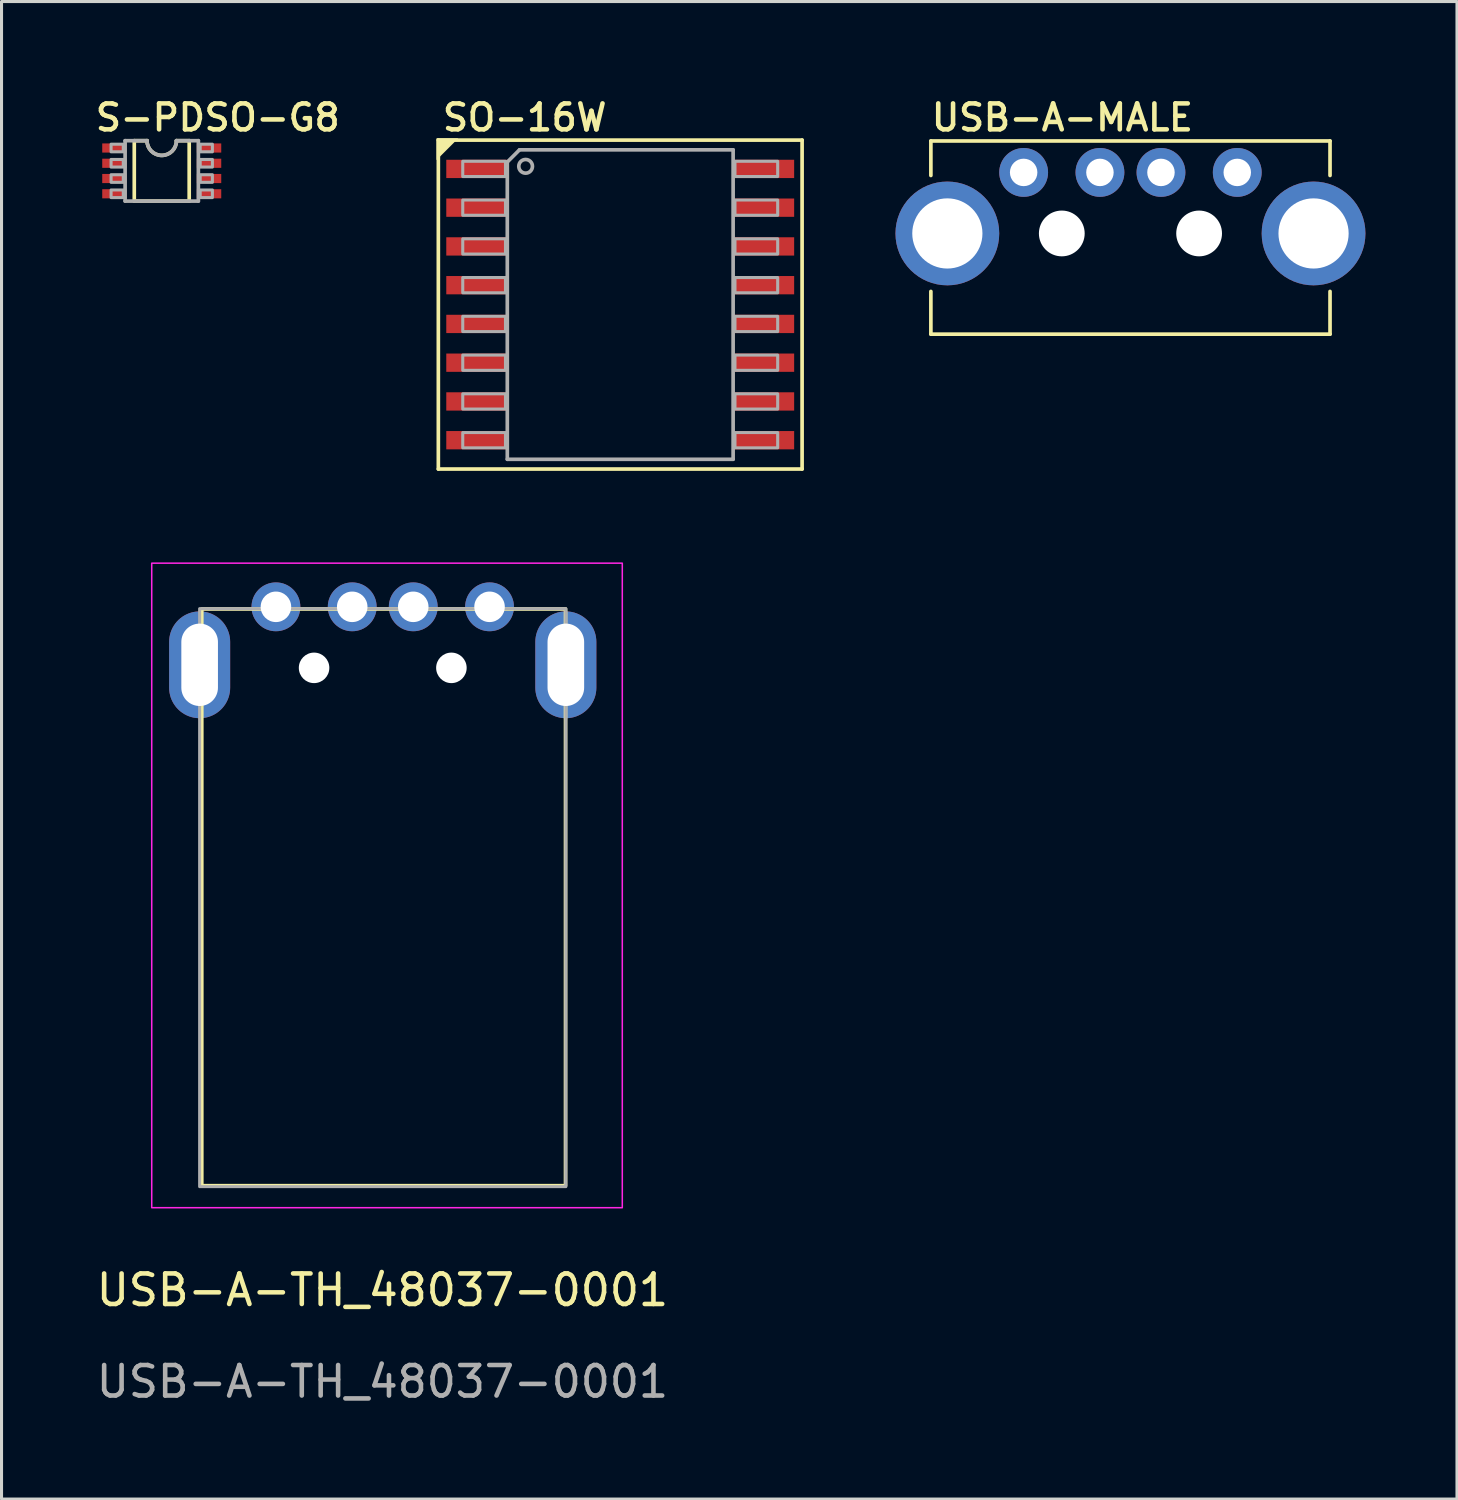
<source format=kicad_pcb>
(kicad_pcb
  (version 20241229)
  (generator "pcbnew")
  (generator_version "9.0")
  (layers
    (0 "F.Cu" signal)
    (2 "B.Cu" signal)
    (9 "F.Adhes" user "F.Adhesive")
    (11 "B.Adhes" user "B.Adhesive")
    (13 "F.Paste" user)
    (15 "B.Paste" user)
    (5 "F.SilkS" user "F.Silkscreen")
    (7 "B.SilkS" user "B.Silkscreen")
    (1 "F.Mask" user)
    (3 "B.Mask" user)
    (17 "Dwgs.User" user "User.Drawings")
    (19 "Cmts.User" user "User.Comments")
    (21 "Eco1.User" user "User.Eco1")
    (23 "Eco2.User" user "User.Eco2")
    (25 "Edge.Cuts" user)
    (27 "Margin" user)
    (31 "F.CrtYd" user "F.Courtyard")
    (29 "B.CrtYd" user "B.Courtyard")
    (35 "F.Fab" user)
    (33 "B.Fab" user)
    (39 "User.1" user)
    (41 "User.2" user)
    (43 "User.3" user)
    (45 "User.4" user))
  (footprint "USB-A-TH_48037-0001"
    (layer "F.Cu")
    (at 9.492 16.835)
    (property "Reference" "USB-A-TH_48037-0001" (at -0.01 22.39 0) (unlocked yes) (layer "F.SilkS") (effects (font (size 1 1) (thickness 0.15))))
    (attr smd)
    (fp_rect (start -5.93 0.07) (end 5.99 18.97) (stroke (width 0.12) (type solid)) (fill no) (layer "F.SilkS"))
    (fp_rect (start 7.85 19.69) (end -7.57 -1.43) (stroke (width 0.05) (type solid)) (fill no) (layer "F.CrtYd"))
    (fp_rect (start -6 0.06) (end 6 19) (stroke (width 0.1) (type solid)) (fill no) (layer "F.Fab"))
    (fp_text user "${REFERENCE}" (at -0.01 25.39 0) (unlocked yes) (layer "F.Fab") (effects (font (size 1 1) (thickness 0.15))))
    (pad "" np_thru_hole circle (at -2.25 2) (size 1 1) (drill 1) (layers "*.Cu" "*.Mask"))
    (pad "" np_thru_hole circle (at 2.25 2) (size 1 1) (drill 1) (layers "*.Cu" "*.Mask"))
    (pad "1" thru_hole circle (at 3.5 0) (size 1.6 1.6) (drill 1) (layers "*.Cu" "*.Mask"))
    (pad "2" thru_hole circle (at 1 0) (size 1.6 1.6) (drill 1) (layers "*.Cu" "*.Mask"))
    (pad "3" thru_hole circle (at -1 0) (size 1.6 1.6) (drill 1) (layers "*.Cu" "*.Mask"))
    (pad "4" thru_hole circle (at -3.5 0) (size 1.6 1.6) (drill 1) (layers "*.Cu" "*.Mask"))
    (pad "5" thru_hole oval (at -6 1.9) (size 2 3.5) (drill oval 1.2 2.7) (layers "*.Cu" "*.Mask"))
    (pad "6" thru_hole oval (at 6 1.9) (size 2 3.5) (drill oval 1.2 2.7) (layers "*.Cu" "*.Mask")))
  (footprint "S-PDSO-G8"
    (layer "F.Cu")
    (at 2.25 2.55)
    (property "Reference" "S-PDSO-G8" (at -2.25 -1.25 0) (layer "F.SilkS") (effects (font (size 0.85 0.85) (thickness 0.15)) (justify left bottom)))
    (fp_line (start -0.9 -0.99) (end -0.9 0.99) (stroke (width 0.12) (type solid)) (layer "F.SilkS"))
    (fp_line (start -0.9 -0.99) (end -0.482 -0.99) (stroke (width 0.12) (type solid)) (layer "F.SilkS"))
    (fp_line (start -0.9 0.99) (end 0.9 0.99) (stroke (width 0.12) (type solid)) (layer "F.SilkS"))
    (fp_line (start 0.9 -0.99) (end 0.482 -0.99) (stroke (width 0.12) (type solid)) (layer "F.SilkS"))
    (fp_line (start 0.9 0.99) (end 0.9 -0.99) (stroke (width 0.12) (type solid)) (layer "F.SilkS"))
    (fp_arc (start 0.4825 -0.99) (mid 0 -0.5075) (end -0.4825 -0.99) (stroke (width 0.12) (type solid)) (layer "F.SilkS"))
    (fp_line (start -1.2 -0.99) (end -1.2 0.99) (stroke (width 0.12) (type solid)) (layer "F.Fab"))
    (fp_line (start -1.2 -0.99) (end -0.482 -0.99) (stroke (width 0.12) (type solid)) (layer "F.Fab"))
    (fp_line (start -1.2 0.99) (end 1.2 0.99) (stroke (width 0.12) (type solid)) (layer "F.Fab"))
    (fp_line (start 1.2 -0.99) (end 0.482 -0.99) (stroke (width 0.12) (type solid)) (layer "F.Fab"))
    (fp_line (start 1.2 0.99) (end 1.2 -0.99) (stroke (width 0.12) (type solid)) (layer "F.Fab"))
    (fp_arc (start 0.4825 -0.99) (mid 0 -0.5075) (end -0.4825 -0.99) (stroke (width 0.12) (type solid)) (layer "F.Fab"))
    (fp_poly (pts (xy -1.66 -0.625) (xy -1.26 -0.625) (xy -1.26 -0.875) (xy -1.66 -0.875)) (stroke (width 0.1) (type solid)) (fill no) (layer "F.Fab"))
    (fp_poly (pts (xy -1.66 -0.125) (xy -1.26 -0.125) (xy -1.26 -0.375) (xy -1.66 -0.375)) (stroke (width 0.1) (type solid)) (fill no) (layer "F.Fab"))
    (fp_poly (pts (xy -1.66 0.375) (xy -1.26 0.375) (xy -1.26 0.125) (xy -1.66 0.125)) (stroke (width 0.1) (type solid)) (fill no) (layer "F.Fab"))
    (fp_poly (pts (xy -1.66 0.875) (xy -1.26 0.875) (xy -1.26 0.625) (xy -1.66 0.625)) (stroke (width 0.1) (type solid)) (fill no) (layer "F.Fab"))
    (fp_poly (pts (xy 1.66 -0.875) (xy 1.26 -0.875) (xy 1.26 -0.625) (xy 1.66 -0.625)) (stroke (width 0.1) (type solid)) (fill no) (layer "F.Fab"))
    (fp_poly (pts (xy 1.66 -0.375) (xy 1.26 -0.375) (xy 1.26 -0.125) (xy 1.66 -0.125)) (stroke (width 0.1) (type solid)) (fill no) (layer "F.Fab"))
    (fp_poly (pts (xy 1.66 0.125) (xy 1.26 0.125) (xy 1.26 0.375) (xy 1.66 0.375)) (stroke (width 0.1) (type solid)) (fill no) (layer "F.Fab"))
    (fp_poly (pts (xy 1.66 0.625) (xy 1.26 0.625) (xy 1.26 0.875) (xy 1.66 0.875)) (stroke (width 0.1) (type solid)) (fill no) (layer "F.Fab"))
    (pad "1" smd rect (at -1.55 -0.75 90) (size 0.3 0.8) (layers "F.Cu" "F.Mask" "F.Paste"))
    (pad "2" smd rect (at -1.55 -0.25 90) (size 0.3 0.8) (layers "F.Cu" "F.Mask" "F.Paste"))
    (pad "3" smd rect (at -1.55 0.25 90) (size 0.3 0.8) (layers "F.Cu" "F.Mask" "F.Paste"))
    (pad "4" smd rect (at -1.55 0.75 90) (size 0.3 0.8) (layers "F.Cu" "F.Mask" "F.Paste"))
    (pad "5" smd rect (at 1.55 0.75 90) (size 0.3 0.8) (layers "F.Cu" "F.Mask" "F.Paste"))
    (pad "6" smd rect (at 1.55 0.25 90) (size 0.3 0.8) (layers "F.Cu" "F.Mask" "F.Paste"))
    (pad "7" smd rect (at 1.55 -0.25 90) (size 0.3 0.8) (layers "F.Cu" "F.Mask" "F.Paste"))
    (pad "8" smd rect (at 1.55 -0.75 90) (size 0.3 0.8) (layers "F.Cu" "F.Mask" "F.Paste")))
  (footprint "USB-A-MALE"
    (layer "F.Cu")
    (at 33.994 2.6)
    (property "Reference" "USB-A-MALE" (at -6.6 -1.3 0) (layer "F.SilkS") (effects (font (size 0.85 0.85) (thickness 0.15)) (justify left bottom)))
    (fp_line (start -6.54 0.1) (end -6.54 -1.03) (stroke (width 0.12) (type solid)) (layer "F.SilkS"))
    (fp_line (start -6.54 5.3) (end -6.54 3.9) (stroke (width 0.12) (type solid)) (layer "F.SilkS"))
    (fp_line (start -6.54 5.3) (end 6.54 5.3) (stroke (width 0.12) (type solid)) (layer "F.SilkS"))
    (fp_line (start 6.54 -1.03) (end -6.54 -1.03) (stroke (width 0.12) (type solid)) (layer "F.SilkS"))
    (fp_line (start 6.54 0.1) (end 6.54 -1.03) (stroke (width 0.12) (type solid)) (layer "F.SilkS"))
    (fp_line (start 6.54 5.3) (end 6.54 3.9) (stroke (width 0.12) (type solid)) (layer "F.SilkS"))
    (pad "" np_thru_hole circle (at -2.25 2) (size 1.5 1.5) (drill 1.5) (layers "*.Cu" "*.Mask"))
    (pad "" np_thru_hole circle (at 2.25 2) (size 1.5 1.5) (drill 1.5) (layers "*.Cu" "*.Mask"))
    (pad "1" thru_hole circle (at -3.5 0) (size 1.6 1.6) (drill 0.9) (layers "*.Cu" "*.Mask"))
    (pad "2" thru_hole circle (at -1 0) (size 1.6 1.6) (drill 0.9) (layers "*.Cu" "*.Mask"))
    (pad "3" thru_hole circle (at 1 0) (size 1.6 1.6) (drill 0.9) (layers "*.Cu" "*.Mask"))
    (pad "4" thru_hole circle (at 3.5 0) (size 1.6 1.6) (drill 0.9) (layers "*.Cu" "*.Mask"))
    (pad "GND@1" thru_hole circle (at -6 2) (size 3.4 3.4) (drill 2.3) (layers "*.Cu" "*.Mask"))
    (pad "GND@2" thru_hole circle (at 6 2) (size 3.4 3.4) (drill 2.3) (layers "*.Cu" "*.Mask")))
  (footprint "SO-16W"
    (layer "F.Cu")
    (at 17.274 6.93)
    (property "Reference" "SO-16W" (at -5.9 -5.63 0) (layer "F.SilkS") (effects (font (size 0.85 0.85) (thickness 0.15)) (justify left bottom)))
    (fp_line (start -5.96 -5.39) (end -5.96 5.39) (stroke (width 0.12) (type solid)) (layer "F.SilkS"))
    (fp_line (start -5.96 5.39) (end 5.96 5.39) (stroke (width 0.12) (type solid)) (layer "F.SilkS"))
    (fp_line (start 5.96 -5.39) (end -5.96 -5.39) (stroke (width 0.12) (type solid)) (layer "F.SilkS"))
    (fp_line (start 5.96 5.39) (end 5.96 -5.39) (stroke (width 0.12) (type solid)) (layer "F.SilkS"))
    (fp_poly (pts (xy -6.02 -4.735) (xy -6.02 -5.45) (xy -5.305 -5.45)) (stroke (width 0) (type solid)) (fill yes) (layer "F.SilkS"))
    (fp_line (start -3.7 -4.67) (end -3.3 -5.07) (stroke (width 0.12) (type solid)) (layer "F.Fab"))
    (fp_line (start -3.7 5.07) (end -3.7 -4.67) (stroke (width 0.12) (type solid)) (layer "F.Fab"))
    (fp_line (start 3.7 -5.07) (end -3.3 -5.07) (stroke (width 0.12) (type solid)) (layer "F.Fab"))
    (fp_line (start 3.7 -5.07) (end 3.7 5.07) (stroke (width 0.12) (type solid)) (layer "F.Fab"))
    (fp_line (start 3.7 5.07) (end -3.7 5.07) (stroke (width 0.12) (type solid)) (layer "F.Fab"))
    (fp_circle (center -3.1 -4.53) (end -2.876 -4.53) (stroke (width 0.12) (type solid)) (fill no) (layer "F.Fab"))
    (fp_poly (pts (xy -5.16 -4.195) (xy -3.76 -4.195) (xy -3.76 -4.695) (xy -5.16 -4.695)) (stroke (width 0.1) (type solid)) (fill no) (layer "F.Fab"))
    (fp_poly (pts (xy -5.16 -2.925) (xy -3.76 -2.925) (xy -3.76 -3.425) (xy -5.16 -3.425)) (stroke (width 0.1) (type solid)) (fill no) (layer "F.Fab"))
    (fp_poly (pts (xy -5.16 -1.655) (xy -3.76 -1.655) (xy -3.76 -2.155) (xy -5.16 -2.155)) (stroke (width 0.1) (type solid)) (fill no) (layer "F.Fab"))
    (fp_poly (pts (xy -5.16 -0.385) (xy -3.76 -0.385) (xy -3.76 -0.885) (xy -5.16 -0.885)) (stroke (width 0.1) (type solid)) (fill no) (layer "F.Fab"))
    (fp_poly (pts (xy -5.16 0.885) (xy -3.76 0.885) (xy -3.76 0.385) (xy -5.16 0.385)) (stroke (width 0.1) (type solid)) (fill no) (layer "F.Fab"))
    (fp_poly (pts (xy -5.16 2.155) (xy -3.76 2.155) (xy -3.76 1.655) (xy -5.16 1.655)) (stroke (width 0.1) (type solid)) (fill no) (layer "F.Fab"))
    (fp_poly (pts (xy -5.16 3.425) (xy -3.76 3.425) (xy -3.76 2.925) (xy -5.16 2.925)) (stroke (width 0.1) (type solid)) (fill no) (layer "F.Fab"))
    (fp_poly (pts (xy -5.16 4.695) (xy -3.76 4.695) (xy -3.76 4.195) (xy -5.16 4.195)) (stroke (width 0.1) (type solid)) (fill no) (layer "F.Fab"))
    (fp_poly (pts (xy 5.16 -4.695) (xy 3.76 -4.695) (xy 3.76 -4.195) (xy 5.16 -4.195)) (stroke (width 0.1) (type solid)) (fill no) (layer "F.Fab"))
    (fp_poly (pts (xy 5.16 -3.425) (xy 3.76 -3.425) (xy 3.76 -2.925) (xy 5.16 -2.925)) (stroke (width 0.1) (type solid)) (fill no) (layer "F.Fab"))
    (fp_poly (pts (xy 5.16 -2.155) (xy 3.76 -2.155) (xy 3.76 -1.655) (xy 5.16 -1.655)) (stroke (width 0.1) (type solid)) (fill no) (layer "F.Fab"))
    (fp_poly (pts (xy 5.16 -0.885) (xy 3.76 -0.885) (xy 3.76 -0.385) (xy 5.16 -0.385)) (stroke (width 0.1) (type solid)) (fill no) (layer "F.Fab"))
    (fp_poly (pts (xy 5.16 0.385) (xy 3.76 0.385) (xy 3.76 0.885) (xy 5.16 0.885)) (stroke (width 0.1) (type solid)) (fill no) (layer "F.Fab"))
    (fp_poly (pts (xy 5.16 1.655) (xy 3.76 1.655) (xy 3.76 2.155) (xy 5.16 2.155)) (stroke (width 0.1) (type solid)) (fill no) (layer "F.Fab"))
    (fp_poly (pts (xy 5.16 2.925) (xy 3.76 2.925) (xy 3.76 3.425) (xy 5.16 3.425)) (stroke (width 0.1) (type solid)) (fill no) (layer "F.Fab"))
    (fp_poly (pts (xy 5.16 4.195) (xy 3.76 4.195) (xy 3.76 4.695) (xy 5.16 4.695)) (stroke (width 0.1) (type solid)) (fill no) (layer "F.Fab"))
    (pad "1" smd rect (at -4.7 -4.445) (size 2 0.6) (layers "F.Cu" "F.Mask" "F.Paste"))
    (pad "2" smd rect (at -4.7 -3.175) (size 2 0.6) (layers "F.Cu" "F.Mask" "F.Paste"))
    (pad "3" smd rect (at -4.7 -1.905) (size 2 0.6) (layers "F.Cu" "F.Mask" "F.Paste"))
    (pad "4" smd rect (at -4.7 -0.635) (size 2 0.6) (layers "F.Cu" "F.Mask" "F.Paste"))
    (pad "5" smd rect (at -4.7 0.635) (size 2 0.6) (layers "F.Cu" "F.Mask" "F.Paste"))
    (pad "6" smd rect (at -4.7 1.905) (size 2 0.6) (layers "F.Cu" "F.Mask" "F.Paste"))
    (pad "7" smd rect (at -4.7 3.175) (size 2 0.6) (layers "F.Cu" "F.Mask" "F.Paste"))
    (pad "8" smd rect (at -4.7 4.445) (size 2 0.6) (layers "F.Cu" "F.Mask" "F.Paste"))
    (pad "9" smd rect (at 4.7 4.445 180) (size 2 0.6) (layers "F.Cu" "F.Mask" "F.Paste"))
    (pad "10" smd rect (at 4.7 3.175 180) (size 2 0.6) (layers "F.Cu" "F.Mask" "F.Paste"))
    (pad "11" smd rect (at 4.7 1.905 180) (size 2 0.6) (layers "F.Cu" "F.Mask" "F.Paste"))
    (pad "12" smd rect (at 4.7 0.635 180) (size 2 0.6) (layers "F.Cu" "F.Mask" "F.Paste"))
    (pad "13" smd rect (at 4.7 -0.635 180) (size 2 0.6) (layers "F.Cu" "F.Mask" "F.Paste"))
    (pad "14" smd rect (at 4.7 -1.905 180) (size 2 0.6) (layers "F.Cu" "F.Mask" "F.Paste"))
    (pad "15" smd rect (at 4.7 -3.175 180) (size 2 0.6) (layers "F.Cu" "F.Mask" "F.Paste"))
    (pad "16" smd rect (at 4.7 -4.445 180) (size 2 0.6) (layers "F.Cu" "F.Mask" "F.Paste")))
  (gr_rect
    (start -3 -3)
    (end 44.694 46.073)
    (stroke (width 0.1) (type default))
    (fill no)
    (layer "Edge.Cuts")))
</source>
